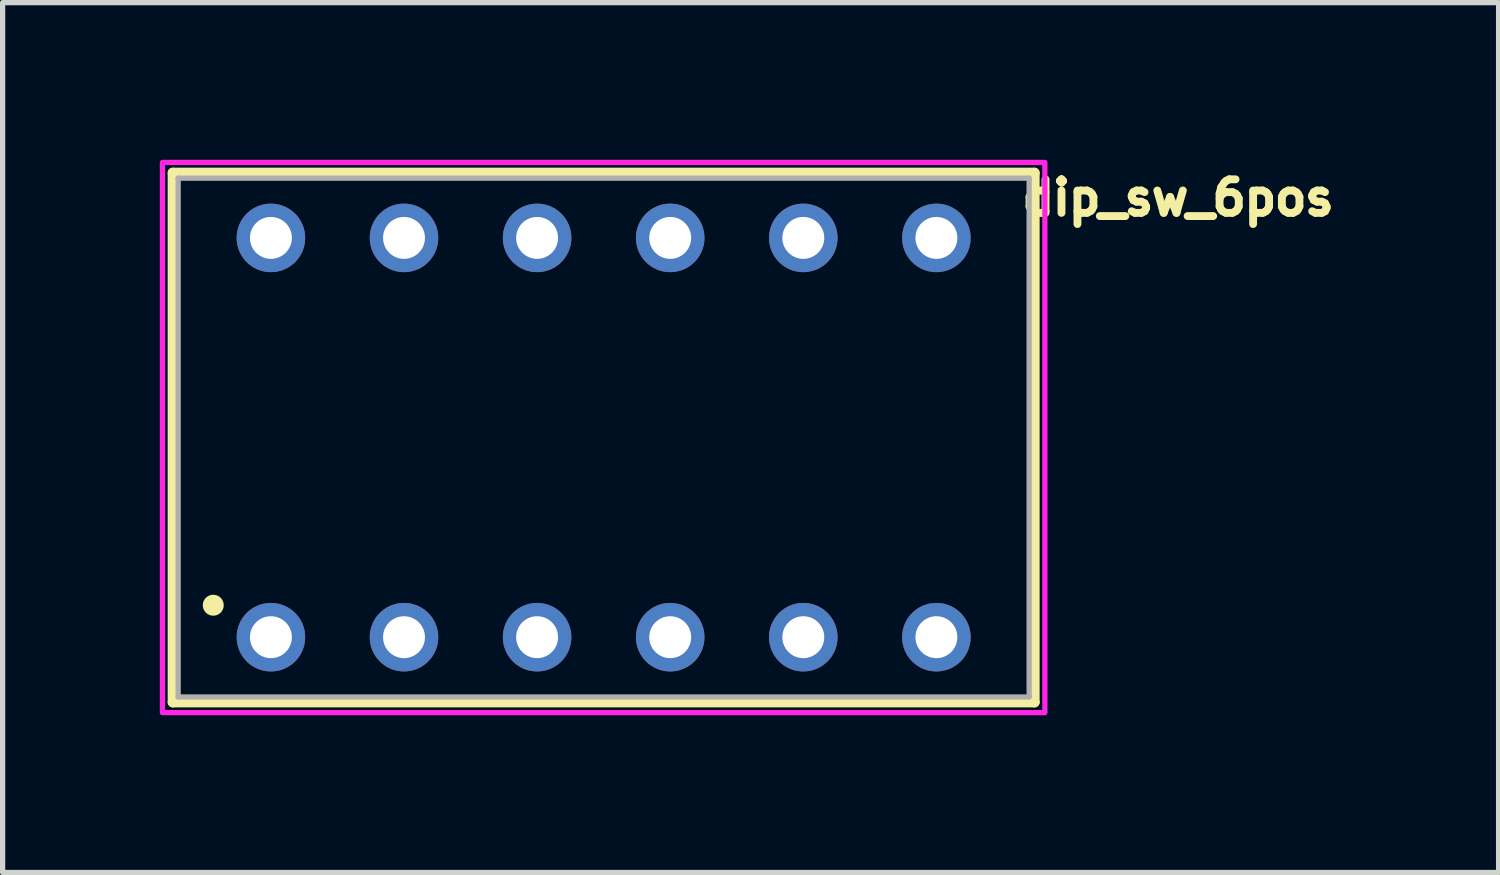
<source format=kicad_pcb>
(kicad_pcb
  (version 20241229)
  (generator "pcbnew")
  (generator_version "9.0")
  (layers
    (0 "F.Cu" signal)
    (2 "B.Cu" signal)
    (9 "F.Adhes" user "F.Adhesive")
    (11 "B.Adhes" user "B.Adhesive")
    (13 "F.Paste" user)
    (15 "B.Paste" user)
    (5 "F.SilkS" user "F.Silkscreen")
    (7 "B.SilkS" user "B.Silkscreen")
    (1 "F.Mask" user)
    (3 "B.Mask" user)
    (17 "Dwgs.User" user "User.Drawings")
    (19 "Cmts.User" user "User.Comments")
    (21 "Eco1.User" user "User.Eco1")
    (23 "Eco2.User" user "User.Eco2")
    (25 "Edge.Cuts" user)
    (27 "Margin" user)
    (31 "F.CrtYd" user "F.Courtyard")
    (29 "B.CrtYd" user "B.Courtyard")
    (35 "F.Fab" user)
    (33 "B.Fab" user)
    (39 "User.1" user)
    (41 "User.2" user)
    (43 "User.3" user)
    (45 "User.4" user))
  (footprint "dip_sw_6pos"
    (layer "F.Cu")
    (at 8.47 5.3)
    (property "Reference" "dip_sw_6pos" (at 10.962 -4.576 0) (layer "F.SilkS") (effects (font (size 0.64 0.64) (thickness 0.15))))
    (attr through_hole)
    (fp_line (start -8.22 -5.05) (end 8.22 -5.05) (stroke (width 0.2) (type solid)) (layer "F.SilkS"))
    (fp_line (start -8.22 5.05) (end -8.22 -5.05) (stroke (width 0.2) (type solid)) (layer "F.SilkS"))
    (fp_line (start 8.22 -5.05) (end 8.22 5.05) (stroke (width 0.2) (type solid)) (layer "F.SilkS"))
    (fp_line (start 8.22 5.05) (end -8.22 5.05) (stroke (width 0.2) (type solid)) (layer "F.SilkS"))
    (fp_circle (center -7.45 3.2) (end -7.35 3.2) (stroke (width 0.2) (type solid)) (fill no) (layer "F.SilkS"))
    (fp_poly (pts (xy -8.42 -5.25) (xy 8.42 -5.25) (xy 8.42 5.25) (xy -8.42 5.25)) (stroke (width 0.1) (type solid)) (fill no) (layer "F.CrtYd"))
    (fp_line (start -8.12 -4.95) (end 8.12 -4.95) (stroke (width 0.1) (type solid)) (layer "F.Fab"))
    (fp_line (start -8.12 4.95) (end -8.12 -4.95) (stroke (width 0.1) (type solid)) (layer "F.Fab"))
    (fp_line (start 8.12 -4.95) (end 8.12 4.95) (stroke (width 0.1) (type solid)) (layer "F.Fab"))
    (fp_line (start 8.12 4.95) (end -8.12 4.95) (stroke (width 0.1) (type solid)) (layer "F.Fab"))
    (pad "1" thru_hole circle (at -6.35 3.81) (size 1.308 1.308) (drill 0.8) (layers "*.Cu" "*.Mask"))
    (pad "2" thru_hole circle (at -3.81 3.81) (size 1.308 1.308) (drill 0.8) (layers "*.Cu" "*.Mask"))
    (pad "3" thru_hole circle (at -1.27 3.81) (size 1.308 1.308) (drill 0.8) (layers "*.Cu" "*.Mask"))
    (pad "4" thru_hole circle (at 1.27 3.81) (size 1.308 1.308) (drill 0.8) (layers "*.Cu" "*.Mask"))
    (pad "5" thru_hole circle (at 3.81 3.81) (size 1.308 1.308) (drill 0.8) (layers "*.Cu" "*.Mask"))
    (pad "6" thru_hole circle (at 6.35 3.81) (size 1.308 1.308) (drill 0.8) (layers "*.Cu" "*.Mask"))
    (pad "A1" thru_hole circle (at -6.35 -3.81) (size 1.308 1.308) (drill 0.8) (layers "*.Cu" "*.Mask"))
    (pad "A2" thru_hole circle (at -3.81 -3.81) (size 1.308 1.308) (drill 0.8) (layers "*.Cu" "*.Mask"))
    (pad "A3" thru_hole circle (at -1.27 -3.81) (size 1.308 1.308) (drill 0.8) (layers "*.Cu" "*.Mask"))
    (pad "A4" thru_hole circle (at 1.27 -3.81) (size 1.308 1.308) (drill 0.8) (layers "*.Cu" "*.Mask"))
    (pad "A5" thru_hole circle (at 3.81 -3.81) (size 1.308 1.308) (drill 0.8) (layers "*.Cu" "*.Mask"))
    (pad "A6" thru_hole circle (at 6.35 -3.81) (size 1.308 1.308) (drill 0.8) (layers "*.Cu" "*.Mask")))
  (gr_rect
    (start -3 -3)
    (end 25.549 13.6)
    (stroke (width 0.1) (type default))
    (fill no)
    (layer "Edge.Cuts")))
</source>
